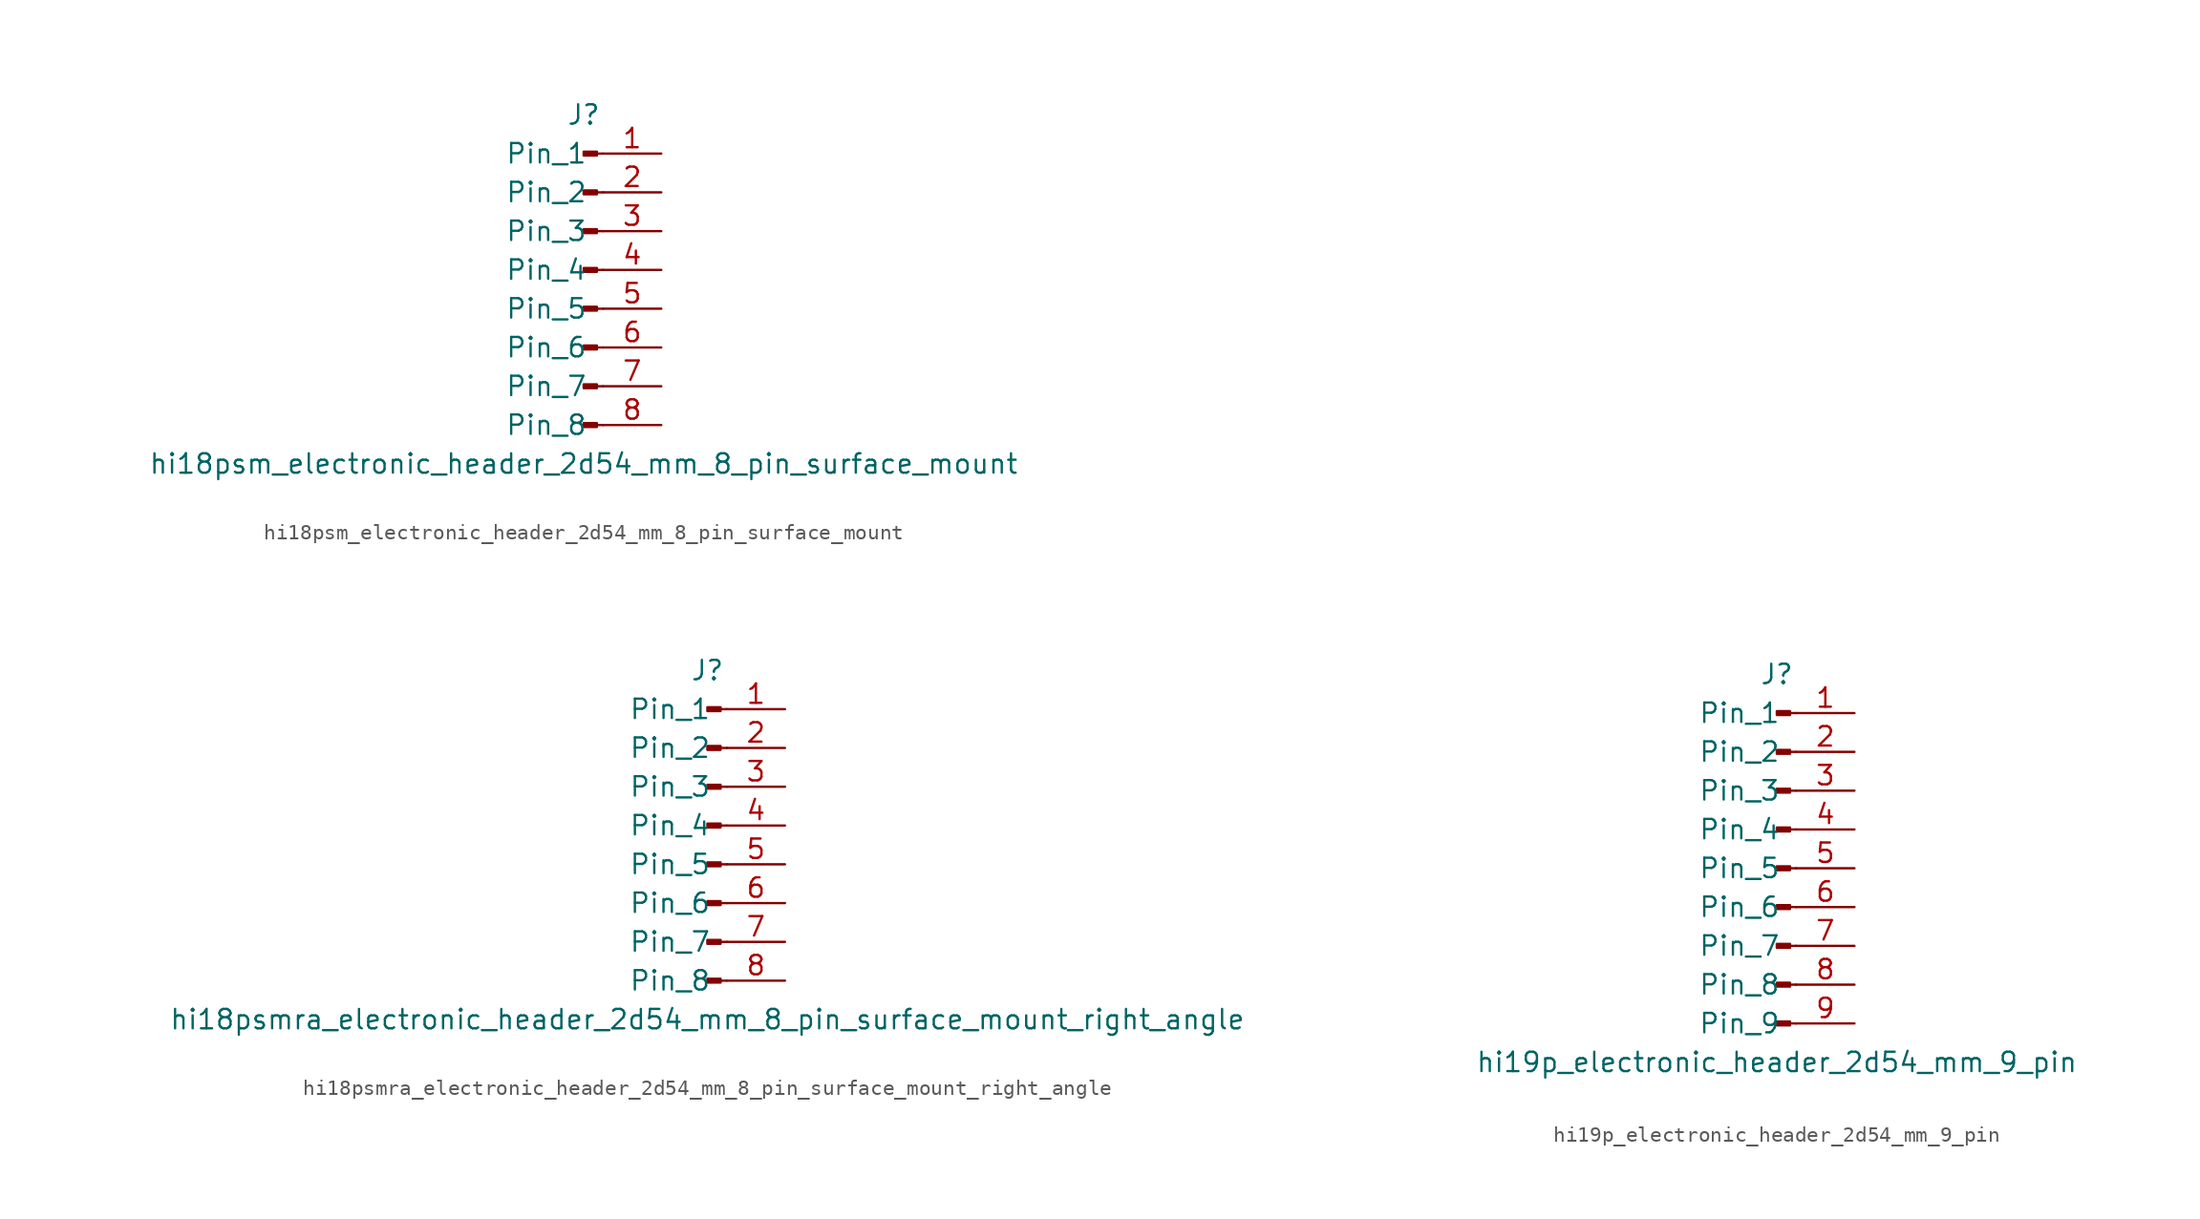
<source format=kicad_sym>
(kicad_symbol_lib
  (version 20220914)
  (generator kicad_symbol_editor)
  (symbol "hi18psm_electronic_header_2d54_mm_8_pin_surface_mount"
    (pin_names
      (offset 1.016))
    (property "Reference" "J"
      (at 0 10.16 0)
      (effects (font (size 1.27 1.27))))
    (property "Value" "hi18psm_electronic_header_2d54_mm_8_pin_surface_mount"
      (at 0 -12.7 0)
      (effects (font (size 1.27 1.27))))
    (property "ki_locked" ""
      (at 0 0 0)
      (effects (font (size 1.27 1.27))))
    (symbol "hi18psm_electronic_header_2d54_mm_8_pin_surface_mount_1_1"
      (polyline (pts (xy 1.27 -10.16) (xy 0.864 -10.16)) (stroke (width 0.152) (type default)) (fill (type none)))
      (polyline (pts (xy 1.27 -7.62) (xy 0.864 -7.62)) (stroke (width 0.152) (type default)) (fill (type none)))
      (polyline (pts (xy 1.27 -5.08) (xy 0.864 -5.08)) (stroke (width 0.152) (type default)) (fill (type none)))
      (polyline (pts (xy 1.27 -2.54) (xy 0.864 -2.54)) (stroke (width 0.152) (type default)) (fill (type none)))
      (polyline (pts (xy 1.27 0) (xy 0.864 0)) (stroke (width 0.152) (type default)) (fill (type none)))
      (polyline (pts (xy 1.27 2.54) (xy 0.864 2.54)) (stroke (width 0.152) (type default)) (fill (type none)))
      (polyline (pts (xy 1.27 5.08) (xy 0.864 5.08)) (stroke (width 0.152) (type default)) (fill (type none)))
      (polyline (pts (xy 1.27 7.62) (xy 0.864 7.62)) (stroke (width 0.152) (type default)) (fill (type none)))
      (rectangle (start 0.864 -10.033) (end 0 -10.287) (stroke (width 0.152) (type default)) (fill (type outline)))
      (rectangle (start 0.864 -7.493) (end 0 -7.747) (stroke (width 0.152) (type default)) (fill (type outline)))
      (rectangle (start 0.864 -4.953) (end 0 -5.207) (stroke (width 0.152) (type default)) (fill (type outline)))
      (rectangle (start 0.864 -2.413) (end 0 -2.667) (stroke (width 0.152) (type default)) (fill (type outline)))
      (rectangle (start 0.864 0.127) (end 0 -0.127) (stroke (width 0.152) (type default)) (fill (type outline)))
      (rectangle (start 0.864 2.667) (end 0 2.413) (stroke (width 0.152) (type default)) (fill (type outline)))
      (rectangle (start 0.864 5.207) (end 0 4.953) (stroke (width 0.152) (type default)) (fill (type outline)))
      (rectangle (start 0.864 7.747) (end 0 7.493) (stroke (width 0.152) (type default)) (fill (type outline)))
      (pin passive line (at 5.08 7.62 180) (length 3.81) (name "Pin_1" (effects (font (size 1.27 1.27)))) (number "1" (effects (font (size 1.27 1.27)))))
      (pin passive line (at 5.08 5.08 180) (length 3.81) (name "Pin_2" (effects (font (size 1.27 1.27)))) (number "2" (effects (font (size 1.27 1.27)))))
      (pin passive line (at 5.08 2.54 180) (length 3.81) (name "Pin_3" (effects (font (size 1.27 1.27)))) (number "3" (effects (font (size 1.27 1.27)))))
      (pin passive line (at 5.08 0 180) (length 3.81) (name "Pin_4" (effects (font (size 1.27 1.27)))) (number "4" (effects (font (size 1.27 1.27)))))
      (pin passive line (at 5.08 -2.54 180) (length 3.81) (name "Pin_5" (effects (font (size 1.27 1.27)))) (number "5" (effects (font (size 1.27 1.27)))))
      (pin passive line (at 5.08 -5.08 180) (length 3.81) (name "Pin_6" (effects (font (size 1.27 1.27)))) (number "6" (effects (font (size 1.27 1.27)))))
      (pin passive line (at 5.08 -7.62 180) (length 3.81) (name "Pin_7" (effects (font (size 1.27 1.27)))) (number "7" (effects (font (size 1.27 1.27)))))
      (pin passive line (at 5.08 -10.16 180) (length 3.81) (name "Pin_8" (effects (font (size 1.27 1.27)))) (number "8" (effects (font (size 1.27 1.27)))))))
  (symbol "hi18psmra_electronic_header_2d54_mm_8_pin_surface_mount_right_angle"
    (pin_names
      (offset 1.016))
    (property "Reference" "J"
      (at 0 10.16 0)
      (effects (font (size 1.27 1.27))))
    (property "Value" "hi18psmra_electronic_header_2d54_mm_8_pin_surface_mount_right_angle"
      (at 0 -12.7 0)
      (effects (font (size 1.27 1.27))))
    (property "ki_locked" ""
      (at 0 0 0)
      (effects (font (size 1.27 1.27))))
    (symbol "hi18psmra_electronic_header_2d54_mm_8_pin_surface_mount_right_angle_1_1"
      (polyline (pts (xy 1.27 -10.16) (xy 0.864 -10.16)) (stroke (width 0.152) (type default)) (fill (type none)))
      (polyline (pts (xy 1.27 -7.62) (xy 0.864 -7.62)) (stroke (width 0.152) (type default)) (fill (type none)))
      (polyline (pts (xy 1.27 -5.08) (xy 0.864 -5.08)) (stroke (width 0.152) (type default)) (fill (type none)))
      (polyline (pts (xy 1.27 -2.54) (xy 0.864 -2.54)) (stroke (width 0.152) (type default)) (fill (type none)))
      (polyline (pts (xy 1.27 0) (xy 0.864 0)) (stroke (width 0.152) (type default)) (fill (type none)))
      (polyline (pts (xy 1.27 2.54) (xy 0.864 2.54)) (stroke (width 0.152) (type default)) (fill (type none)))
      (polyline (pts (xy 1.27 5.08) (xy 0.864 5.08)) (stroke (width 0.152) (type default)) (fill (type none)))
      (polyline (pts (xy 1.27 7.62) (xy 0.864 7.62)) (stroke (width 0.152) (type default)) (fill (type none)))
      (rectangle (start 0.864 -10.033) (end 0 -10.287) (stroke (width 0.152) (type default)) (fill (type outline)))
      (rectangle (start 0.864 -7.493) (end 0 -7.747) (stroke (width 0.152) (type default)) (fill (type outline)))
      (rectangle (start 0.864 -4.953) (end 0 -5.207) (stroke (width 0.152) (type default)) (fill (type outline)))
      (rectangle (start 0.864 -2.413) (end 0 -2.667) (stroke (width 0.152) (type default)) (fill (type outline)))
      (rectangle (start 0.864 0.127) (end 0 -0.127) (stroke (width 0.152) (type default)) (fill (type outline)))
      (rectangle (start 0.864 2.667) (end 0 2.413) (stroke (width 0.152) (type default)) (fill (type outline)))
      (rectangle (start 0.864 5.207) (end 0 4.953) (stroke (width 0.152) (type default)) (fill (type outline)))
      (rectangle (start 0.864 7.747) (end 0 7.493) (stroke (width 0.152) (type default)) (fill (type outline)))
      (pin passive line (at 5.08 7.62 180) (length 3.81) (name "Pin_1" (effects (font (size 1.27 1.27)))) (number "1" (effects (font (size 1.27 1.27)))))
      (pin passive line (at 5.08 5.08 180) (length 3.81) (name "Pin_2" (effects (font (size 1.27 1.27)))) (number "2" (effects (font (size 1.27 1.27)))))
      (pin passive line (at 5.08 2.54 180) (length 3.81) (name "Pin_3" (effects (font (size 1.27 1.27)))) (number "3" (effects (font (size 1.27 1.27)))))
      (pin passive line (at 5.08 0 180) (length 3.81) (name "Pin_4" (effects (font (size 1.27 1.27)))) (number "4" (effects (font (size 1.27 1.27)))))
      (pin passive line (at 5.08 -2.54 180) (length 3.81) (name "Pin_5" (effects (font (size 1.27 1.27)))) (number "5" (effects (font (size 1.27 1.27)))))
      (pin passive line (at 5.08 -5.08 180) (length 3.81) (name "Pin_6" (effects (font (size 1.27 1.27)))) (number "6" (effects (font (size 1.27 1.27)))))
      (pin passive line (at 5.08 -7.62 180) (length 3.81) (name "Pin_7" (effects (font (size 1.27 1.27)))) (number "7" (effects (font (size 1.27 1.27)))))
      (pin passive line (at 5.08 -10.16 180) (length 3.81) (name "Pin_8" (effects (font (size 1.27 1.27)))) (number "8" (effects (font (size 1.27 1.27)))))))
  (symbol "hi19p_electronic_header_2d54_mm_9_pin"
    (pin_names
      (offset 1.016))
    (property "Reference" "J"
      (at 0 12.7 0)
      (effects (font (size 1.27 1.27))))
    (property "Value" "hi19p_electronic_header_2d54_mm_9_pin"
      (at 0 -12.7 0)
      (effects (font (size 1.27 1.27))))
    (property "ki_locked" ""
      (at 0 0 0)
      (effects (font (size 1.27 1.27))))
    (symbol "hi19p_electronic_header_2d54_mm_9_pin_1_1"
      (polyline (pts (xy 1.27 -10.16) (xy 0.864 -10.16)) (stroke (width 0.152) (type default)) (fill (type none)))
      (polyline (pts (xy 1.27 -7.62) (xy 0.864 -7.62)) (stroke (width 0.152) (type default)) (fill (type none)))
      (polyline (pts (xy 1.27 -5.08) (xy 0.864 -5.08)) (stroke (width 0.152) (type default)) (fill (type none)))
      (polyline (pts (xy 1.27 -2.54) (xy 0.864 -2.54)) (stroke (width 0.152) (type default)) (fill (type none)))
      (polyline (pts (xy 1.27 0) (xy 0.864 0)) (stroke (width 0.152) (type default)) (fill (type none)))
      (polyline (pts (xy 1.27 2.54) (xy 0.864 2.54)) (stroke (width 0.152) (type default)) (fill (type none)))
      (polyline (pts (xy 1.27 5.08) (xy 0.864 5.08)) (stroke (width 0.152) (type default)) (fill (type none)))
      (polyline (pts (xy 1.27 7.62) (xy 0.864 7.62)) (stroke (width 0.152) (type default)) (fill (type none)))
      (polyline (pts (xy 1.27 10.16) (xy 0.864 10.16)) (stroke (width 0.152) (type default)) (fill (type none)))
      (rectangle (start 0.864 -10.033) (end 0 -10.287) (stroke (width 0.152) (type default)) (fill (type outline)))
      (rectangle (start 0.864 -7.493) (end 0 -7.747) (stroke (width 0.152) (type default)) (fill (type outline)))
      (rectangle (start 0.864 -4.953) (end 0 -5.207) (stroke (width 0.152) (type default)) (fill (type outline)))
      (rectangle (start 0.864 -2.413) (end 0 -2.667) (stroke (width 0.152) (type default)) (fill (type outline)))
      (rectangle (start 0.864 0.127) (end 0 -0.127) (stroke (width 0.152) (type default)) (fill (type outline)))
      (rectangle (start 0.864 2.667) (end 0 2.413) (stroke (width 0.152) (type default)) (fill (type outline)))
      (rectangle (start 0.864 5.207) (end 0 4.953) (stroke (width 0.152) (type default)) (fill (type outline)))
      (rectangle (start 0.864 7.747) (end 0 7.493) (stroke (width 0.152) (type default)) (fill (type outline)))
      (rectangle (start 0.864 10.287) (end 0 10.033) (stroke (width 0.152) (type default)) (fill (type outline)))
      (pin passive line (at 5.08 10.16 180) (length 3.81) (name "Pin_1" (effects (font (size 1.27 1.27)))) (number "1" (effects (font (size 1.27 1.27)))))
      (pin passive line (at 5.08 7.62 180) (length 3.81) (name "Pin_2" (effects (font (size 1.27 1.27)))) (number "2" (effects (font (size 1.27 1.27)))))
      (pin passive line (at 5.08 5.08 180) (length 3.81) (name "Pin_3" (effects (font (size 1.27 1.27)))) (number "3" (effects (font (size 1.27 1.27)))))
      (pin passive line (at 5.08 2.54 180) (length 3.81) (name "Pin_4" (effects (font (size 1.27 1.27)))) (number "4" (effects (font (size 1.27 1.27)))))
      (pin passive line (at 5.08 0 180) (length 3.81) (name "Pin_5" (effects (font (size 1.27 1.27)))) (number "5" (effects (font (size 1.27 1.27)))))
      (pin passive line (at 5.08 -2.54 180) (length 3.81) (name "Pin_6" (effects (font (size 1.27 1.27)))) (number "6" (effects (font (size 1.27 1.27)))))
      (pin passive line (at 5.08 -5.08 180) (length 3.81) (name "Pin_7" (effects (font (size 1.27 1.27)))) (number "7" (effects (font (size 1.27 1.27)))))
      (pin passive line (at 5.08 -7.62 180) (length 3.81) (name "Pin_8" (effects (font (size 1.27 1.27)))) (number "8" (effects (font (size 1.27 1.27)))))
      (pin passive line (at 5.08 -10.16 180) (length 3.81) (name "Pin_9" (effects (font (size 1.27 1.27)))) (number "9" (effects (font (size 1.27 1.27))))))))
</source>
